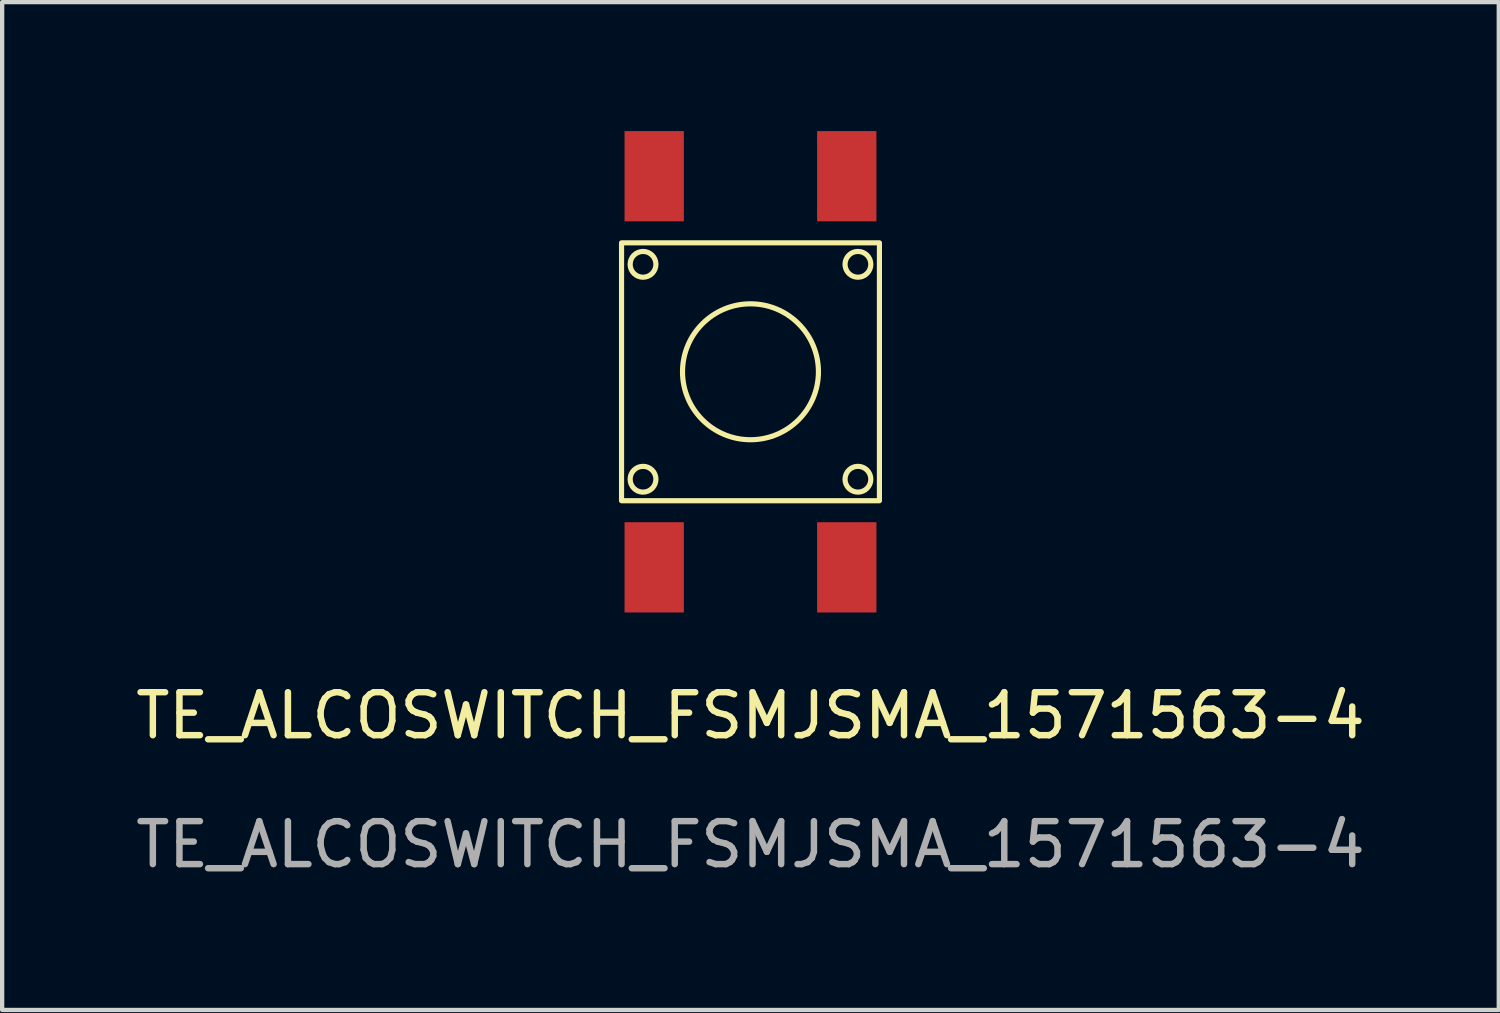
<source format=kicad_pcb>
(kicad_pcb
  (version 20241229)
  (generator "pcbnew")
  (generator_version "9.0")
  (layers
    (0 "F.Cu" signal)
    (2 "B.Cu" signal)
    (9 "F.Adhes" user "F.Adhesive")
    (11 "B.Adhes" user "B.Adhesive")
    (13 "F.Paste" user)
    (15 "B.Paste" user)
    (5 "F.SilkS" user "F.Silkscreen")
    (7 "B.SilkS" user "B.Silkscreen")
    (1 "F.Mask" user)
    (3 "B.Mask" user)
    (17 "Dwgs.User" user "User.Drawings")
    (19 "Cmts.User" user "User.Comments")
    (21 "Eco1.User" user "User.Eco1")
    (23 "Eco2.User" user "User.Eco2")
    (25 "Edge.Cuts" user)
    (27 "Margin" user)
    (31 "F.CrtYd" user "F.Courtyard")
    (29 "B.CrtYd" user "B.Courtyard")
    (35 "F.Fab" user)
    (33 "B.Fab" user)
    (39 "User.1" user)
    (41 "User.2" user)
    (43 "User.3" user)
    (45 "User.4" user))
  (footprint "TE_ALCOSWITCH_FSMJSMA_1571563-4"
    (layer "F.Cu")
    (at 14.411 5.6)
    (property "Reference" "TE_ALCOSWITCH_FSMJSMA_1571563-4" (at 0 8 0) (unlocked yes) (layer "F.SilkS") (effects (font (size 1 1) (thickness 0.15))))
    (fp_rect (start -3 -3) (end 3 3) (stroke (width 0.12) (type solid)) (fill no) (layer "F.SilkS"))
    (fp_circle (center -2.5 -2.5) (end -2.2 -2.5) (stroke (width 0.12) (type solid)) (fill no) (layer "F.SilkS"))
    (fp_circle (center -2.5 2.5) (end -2.2 2.5) (stroke (width 0.12) (type solid)) (fill no) (layer "F.SilkS"))
    (fp_circle (center 0 0) (end 1.5 -0.5) (stroke (width 0.12) (type solid)) (fill no) (layer "F.SilkS"))
    (fp_circle (center 2.5 -2.5) (end 2.8 -2.5) (stroke (width 0.12) (type solid)) (fill no) (layer "F.SilkS"))
    (fp_circle (center 2.5 2.5) (end 2.8 2.5) (stroke (width 0.12) (type solid)) (fill no) (layer "F.SilkS"))
    (fp_text user "${REFERENCE}" (at 0 11 0) (unlocked yes) (layer "F.Fab") (effects (font (size 1 1) (thickness 0.15))))
    (pad "1" smd rect (at 2.24 -4.55) (size 1.38 2.1) (layers "F.Cu" "F.Mask" "F.Paste"))
    (pad "2" smd rect (at 2.24 4.55) (size 1.38 2.1) (layers "F.Cu" "F.Mask" "F.Paste"))
    (pad "3" smd rect (at -2.24 -4.55) (size 1.38 2.1) (layers "F.Cu" "F.Mask" "F.Paste"))
    (pad "4" smd rect (at -2.24 4.55) (size 1.38 2.1) (layers "F.Cu" "F.Mask" "F.Paste")))
  (gr_rect
    (start -3 -3)
    (end 31.821 20.448)
    (stroke (width 0.1) (type default))
    (fill no)
    (layer "Edge.Cuts")))
</source>
